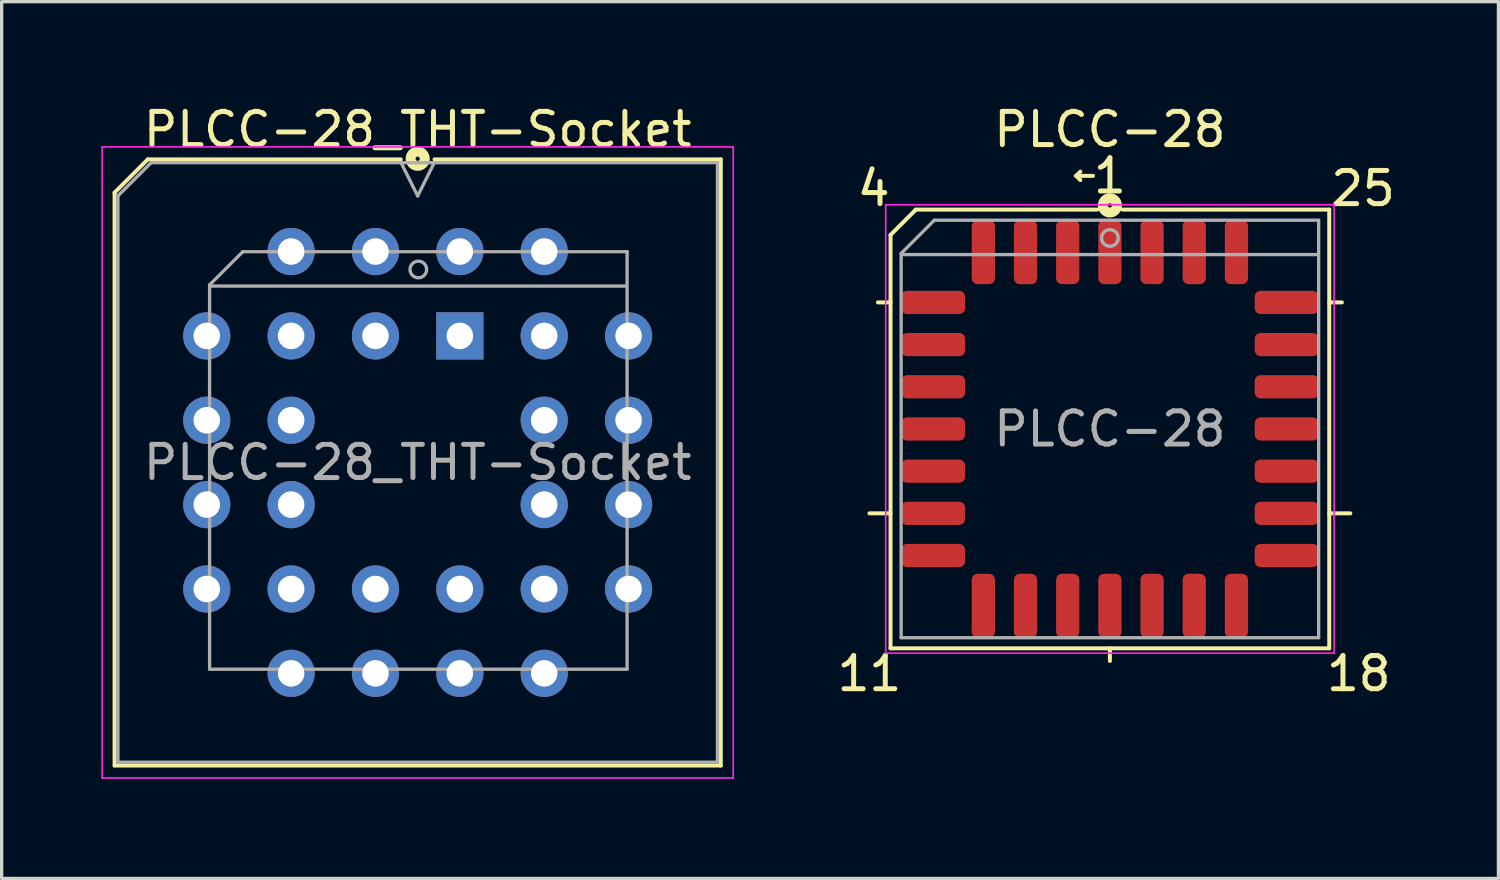
<source format=kicad_pcb>
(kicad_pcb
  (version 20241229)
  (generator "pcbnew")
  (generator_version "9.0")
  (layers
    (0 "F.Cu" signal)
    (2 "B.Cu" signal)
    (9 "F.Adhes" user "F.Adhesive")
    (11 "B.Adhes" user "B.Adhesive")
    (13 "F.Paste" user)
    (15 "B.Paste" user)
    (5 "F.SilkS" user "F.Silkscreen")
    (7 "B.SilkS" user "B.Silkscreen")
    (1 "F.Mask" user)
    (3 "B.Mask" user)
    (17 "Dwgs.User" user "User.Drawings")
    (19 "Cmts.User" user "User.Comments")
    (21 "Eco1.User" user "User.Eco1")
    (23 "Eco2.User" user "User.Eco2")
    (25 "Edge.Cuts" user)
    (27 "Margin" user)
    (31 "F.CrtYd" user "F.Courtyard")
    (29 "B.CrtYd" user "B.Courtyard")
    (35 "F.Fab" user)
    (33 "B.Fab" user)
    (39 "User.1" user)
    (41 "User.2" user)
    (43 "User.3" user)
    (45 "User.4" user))
  (footprint "PLCC-28_THT-Socket"
    (layer "F.Cu")
    (at 10.795 7.063)
    (property "Reference" "PLCC-28_THT-Socket" (at -1.27 -6.215 0) (layer "F.SilkS") (effects (font (size 1 1) (thickness 0.15))))
    (attr through_hole)
    (fp_line (start -10.395 -4.315) (end -10.395 12.935) (stroke (width 0.12) (type solid)) (layer "F.SilkS"))
    (fp_line (start -10.395 12.935) (end 7.855 12.935) (stroke (width 0.12) (type solid)) (layer "F.SilkS"))
    (fp_line (start -9.395 -5.315) (end -10.395 -4.315) (stroke (width 0.12) (type solid)) (layer "F.SilkS"))
    (fp_line (start -1.778 -5.315) (end -9.395 -5.315) (stroke (width 0.12) (type solid)) (layer "F.SilkS"))
    (fp_line (start 7.855 -5.315) (end -0.762 -5.315) (stroke (width 0.12) (type solid)) (layer "F.SilkS"))
    (fp_line (start 7.855 12.935) (end 7.855 -5.315) (stroke (width 0.12) (type solid)) (layer "F.SilkS"))
    (fp_circle (center -1.27 -5.334) (end -1.206 -5.334) (stroke (width 0.3) (type solid)) (fill no) (layer "F.SilkS"))
    (fp_line (start -10.77 -5.69) (end -10.77 13.31) (stroke (width 0.05) (type solid)) (layer "F.CrtYd"))
    (fp_line (start -10.77 13.31) (end 8.23 13.31) (stroke (width 0.05) (type solid)) (layer "F.CrtYd"))
    (fp_line (start 8.23 -5.69) (end -10.77 -5.69) (stroke (width 0.05) (type solid)) (layer "F.CrtYd"))
    (fp_line (start 8.23 13.31) (end 8.23 -5.69) (stroke (width 0.05) (type solid)) (layer "F.CrtYd"))
    (fp_line (start -10.295 -4.215) (end -10.295 12.835) (stroke (width 0.1) (type solid)) (layer "F.Fab"))
    (fp_line (start -10.295 12.835) (end 7.755 12.835) (stroke (width 0.1) (type solid)) (layer "F.Fab"))
    (fp_line (start -9.295 -5.215) (end -10.295 -4.215) (stroke (width 0.1) (type solid)) (layer "F.Fab"))
    (fp_line (start -7.535 -1.535) (end -7.535 10.035) (stroke (width 0.1) (type solid)) (layer "F.Fab"))
    (fp_line (start -7.535 10.035) (end 5.035 10.035) (stroke (width 0.1) (type solid)) (layer "F.Fab"))
    (fp_line (start -6.535 -2.535) (end -7.535 -1.535) (stroke (width 0.1) (type solid)) (layer "F.Fab"))
    (fp_line (start -1.77 -5.215) (end -1.27 -4.215) (stroke (width 0.1) (type solid)) (layer "F.Fab"))
    (fp_line (start -1.27 -4.215) (end -0.77 -5.215) (stroke (width 0.1) (type solid)) (layer "F.Fab"))
    (fp_line (start 5 -1.5) (end -7.5 -1.5) (stroke (width 0.1) (type solid)) (layer "F.Fab"))
    (fp_line (start 5.035 -2.535) (end -6.535 -2.535) (stroke (width 0.1) (type solid)) (layer "F.Fab"))
    (fp_line (start 5.035 10.035) (end 5.035 -2.535) (stroke (width 0.1) (type solid)) (layer "F.Fab"))
    (fp_line (start 7.755 -5.215) (end -9.295 -5.215) (stroke (width 0.1) (type solid)) (layer "F.Fab"))
    (fp_line (start 7.755 12.835) (end 7.755 -5.215) (stroke (width 0.1) (type solid)) (layer "F.Fab"))
    (fp_circle (center -1.25 -2) (end -1 -2) (stroke (width 0.1) (type solid)) (fill no) (layer "F.Fab"))
    (fp_text user "${REFERENCE}" (at -1.27 3.81 0) (layer "F.Fab") (effects (font (size 1 1) (thickness 0.15))))
    (pad "1" thru_hole rect (at 0 0) (size 1.422 1.422) (drill 0.8) (layers "*.Cu" "*.Mask"))
    (pad "2" thru_hole circle (at -2.54 -2.54) (size 1.422 1.422) (drill 0.8) (layers "*.Cu" "*.Mask"))
    (pad "3" thru_hole circle (at -2.54 0) (size 1.422 1.422) (drill 0.8) (layers "*.Cu" "*.Mask"))
    (pad "4" thru_hole circle (at -5.08 -2.54) (size 1.422 1.422) (drill 0.8) (layers "*.Cu" "*.Mask"))
    (pad "5" thru_hole circle (at -7.62 0) (size 1.422 1.422) (drill 0.8) (layers "*.Cu" "*.Mask"))
    (pad "6" thru_hole circle (at -5.08 0) (size 1.422 1.422) (drill 0.8) (layers "*.Cu" "*.Mask"))
    (pad "7" thru_hole circle (at -7.62 2.54) (size 1.422 1.422) (drill 0.8) (layers "*.Cu" "*.Mask"))
    (pad "8" thru_hole circle (at -5.08 2.54) (size 1.422 1.422) (drill 0.8) (layers "*.Cu" "*.Mask"))
    (pad "9" thru_hole circle (at -7.62 5.08) (size 1.422 1.422) (drill 0.8) (layers "*.Cu" "*.Mask"))
    (pad "10" thru_hole circle (at -5.08 5.08) (size 1.422 1.422) (drill 0.8) (layers "*.Cu" "*.Mask"))
    (pad "11" thru_hole circle (at -7.62 7.62) (size 1.422 1.422) (drill 0.8) (layers "*.Cu" "*.Mask"))
    (pad "12" thru_hole circle (at -5.08 10.16) (size 1.422 1.422) (drill 0.8) (layers "*.Cu" "*.Mask"))
    (pad "13" thru_hole circle (at -5.08 7.62) (size 1.422 1.422) (drill 0.8) (layers "*.Cu" "*.Mask"))
    (pad "14" thru_hole circle (at -2.54 10.16) (size 1.422 1.422) (drill 0.8) (layers "*.Cu" "*.Mask"))
    (pad "15" thru_hole circle (at -2.54 7.62) (size 1.422 1.422) (drill 0.8) (layers "*.Cu" "*.Mask"))
    (pad "16" thru_hole circle (at 0 10.16) (size 1.422 1.422) (drill 0.8) (layers "*.Cu" "*.Mask"))
    (pad "17" thru_hole circle (at 0 7.62) (size 1.422 1.422) (drill 0.8) (layers "*.Cu" "*.Mask"))
    (pad "18" thru_hole circle (at 2.54 10.16) (size 1.422 1.422) (drill 0.8) (layers "*.Cu" "*.Mask"))
    (pad "19" thru_hole circle (at 5.08 7.62) (size 1.422 1.422) (drill 0.8) (layers "*.Cu" "*.Mask"))
    (pad "20" thru_hole circle (at 2.54 7.62) (size 1.422 1.422) (drill 0.8) (layers "*.Cu" "*.Mask"))
    (pad "21" thru_hole circle (at 5.08 5.08) (size 1.422 1.422) (drill 0.8) (layers "*.Cu" "*.Mask"))
    (pad "22" thru_hole circle (at 2.54 5.08) (size 1.422 1.422) (drill 0.8) (layers "*.Cu" "*.Mask"))
    (pad "23" thru_hole circle (at 5.08 2.54) (size 1.422 1.422) (drill 0.8) (layers "*.Cu" "*.Mask"))
    (pad "24" thru_hole circle (at 2.54 2.54) (size 1.422 1.422) (drill 0.8) (layers "*.Cu" "*.Mask"))
    (pad "25" thru_hole circle (at 5.08 0) (size 1.422 1.422) (drill 0.8) (layers "*.Cu" "*.Mask"))
    (pad "26" thru_hole circle (at 2.54 -2.54) (size 1.422 1.422) (drill 0.8) (layers "*.Cu" "*.Mask"))
    (pad "27" thru_hole circle (at 2.54 0) (size 1.422 1.422) (drill 0.8) (layers "*.Cu" "*.Mask"))
    (pad "28" thru_hole circle (at 0 -2.54) (size 1.422 1.422) (drill 0.8) (layers "*.Cu" "*.Mask")))
  (footprint "PLCC-28"
    (layer "F.Cu")
    (at 30.366 9.865)
    (property "Reference" "PLCC-28" (at 0 -9.017 0) (layer "F.SilkS") (effects (font (size 1 1) (thickness 0.15))))
    (attr smd)
    (fp_line (start -6.604 -5.842) (end -6.604 6.604) (stroke (width 0.12) (type solid)) (layer "F.SilkS"))
    (fp_line (start -6.604 -3.81) (end -6.985 -3.81) (stroke (width 0.12) (type solid)) (layer "F.SilkS"))
    (fp_line (start -6.604 2.54) (end -7.239 2.54) (stroke (width 0.12) (type solid)) (layer "F.SilkS"))
    (fp_line (start -6.604 6.604) (end 6.604 6.604) (stroke (width 0.12) (type solid)) (layer "F.SilkS"))
    (fp_line (start -5.842 -6.604) (end -6.604 -5.842) (stroke (width 0.12) (type solid)) (layer "F.SilkS"))
    (fp_line (start -1.016 -7.62) (end -0.889 -7.747) (stroke (width 0.12) (type solid)) (layer "F.SilkS"))
    (fp_line (start -1.016 -7.62) (end -0.889 -7.493) (stroke (width 0.12) (type solid)) (layer "F.SilkS"))
    (fp_line (start -0.508 -7.62) (end -1.016 -7.62) (stroke (width 0.12) (type solid)) (layer "F.SilkS"))
    (fp_line (start -0.381 -6.604) (end -5.842 -6.604) (stroke (width 0.12) (type solid)) (layer "F.SilkS"))
    (fp_line (start 0 6.604) (end 0 6.985) (stroke (width 0.12) (type solid)) (layer "F.SilkS"))
    (fp_line (start 6.604 -6.604) (end 0.381 -6.604) (stroke (width 0.12) (type solid)) (layer "F.SilkS"))
    (fp_line (start 6.604 -3.81) (end 6.985 -3.81) (stroke (width 0.12) (type solid)) (layer "F.SilkS"))
    (fp_line (start 6.604 2.54) (end 7.239 2.54) (stroke (width 0.12) (type solid)) (layer "F.SilkS"))
    (fp_line (start 6.604 6.604) (end 6.604 -6.604) (stroke (width 0.12) (type solid)) (layer "F.SilkS"))
    (fp_circle (center 0 -6.731) (end 0.064 -6.731) (stroke (width 0.3) (type solid)) (fill no) (layer "F.SilkS"))
    (fp_line (start -6.75 -6.75) (end -6.75 6.75) (stroke (width 0.05) (type solid)) (layer "F.CrtYd"))
    (fp_line (start -6.75 6.75) (end 6.75 6.75) (stroke (width 0.05) (type solid)) (layer "F.CrtYd"))
    (fp_line (start 6.75 -6.75) (end -6.75 -6.75) (stroke (width 0.05) (type solid)) (layer "F.CrtYd"))
    (fp_line (start 6.75 6.75) (end 6.75 -6.75) (stroke (width 0.05) (type solid)) (layer "F.CrtYd"))
    (fp_line (start -6.285 -5.285) (end -6.285 6.285) (stroke (width 0.1) (type solid)) (layer "F.Fab"))
    (fp_line (start -6.285 6.285) (end 6.285 6.285) (stroke (width 0.1) (type solid)) (layer "F.Fab"))
    (fp_line (start -5.285 -6.285) (end -6.285 -5.285) (stroke (width 0.1) (type solid)) (layer "F.Fab"))
    (fp_line (start 6.25 -5.25) (end -6.25 -5.25) (stroke (width 0.1) (type solid)) (layer "F.Fab"))
    (fp_line (start 6.285 -6.285) (end -5.285 -6.285) (stroke (width 0.1) (type solid)) (layer "F.Fab"))
    (fp_line (start 6.285 6.285) (end 6.285 -6.285) (stroke (width 0.1) (type solid)) (layer "F.Fab"))
    (fp_circle (center 0 -5.75) (end 0.25 -5.75) (stroke (width 0.1) (type solid)) (fill no) (layer "F.Fab"))
    (fp_text user "18" (at 7.493 7.366 0) (unlocked yes) (layer "F.SilkS") (effects (font (size 1 1) (thickness 0.15))))
    (fp_text user "11" (at -7.239 7.366 0) (unlocked yes) (layer "F.SilkS") (effects (font (size 1 1) (thickness 0.15))))
    (fp_text user "25" (at 7.62 -7.239 0) (unlocked yes) (layer "F.SilkS") (effects (font (size 1 1) (thickness 0.15))))
    (fp_text user "1" (at 0 -7.62 0) (unlocked yes) (layer "F.SilkS") (effects (font (size 1 1) (thickness 0.15))))
    (fp_text user "4" (at -7.112 -7.239 0) (unlocked yes) (layer "F.SilkS") (effects (font (size 1 1) (thickness 0.15))))
    (fp_text user "${REFERENCE}" (at 0 0 0) (layer "F.Fab") (effects (font (size 1 1) (thickness 0.15))))
    (pad "1" smd roundrect (at 0 -5.322) (size 0.7 1.925) (layers "F.Cu" "F.Mask" "F.Paste") (roundrect_rratio 0.25))
    (pad "2" smd roundrect (at -1.27 -5.322) (size 0.7 1.925) (layers "F.Cu" "F.Mask" "F.Paste") (roundrect_rratio 0.25))
    (pad "3" smd roundrect (at -2.54 -5.322) (size 0.7 1.925) (layers "F.Cu" "F.Mask" "F.Paste") (roundrect_rratio 0.25))
    (pad "4" smd roundrect (at -3.81 -5.322) (size 0.7 1.925) (layers "F.Cu" "F.Mask" "F.Paste") (roundrect_rratio 0.25))
    (pad "5" smd roundrect (at -5.322 -3.81) (size 1.925 0.7) (layers "F.Cu" "F.Mask" "F.Paste") (roundrect_rratio 0.25))
    (pad "6" smd roundrect (at -5.322 -2.54) (size 1.925 0.7) (layers "F.Cu" "F.Mask" "F.Paste") (roundrect_rratio 0.25))
    (pad "7" smd roundrect (at -5.322 -1.27) (size 1.925 0.7) (layers "F.Cu" "F.Mask" "F.Paste") (roundrect_rratio 0.25))
    (pad "8" smd roundrect (at -5.322 0) (size 1.925 0.7) (layers "F.Cu" "F.Mask" "F.Paste") (roundrect_rratio 0.25))
    (pad "9" smd roundrect (at -5.322 1.27) (size 1.925 0.7) (layers "F.Cu" "F.Mask" "F.Paste") (roundrect_rratio 0.25))
    (pad "10" smd roundrect (at -5.322 2.54) (size 1.925 0.7) (layers "F.Cu" "F.Mask" "F.Paste") (roundrect_rratio 0.25))
    (pad "11" smd roundrect (at -5.322 3.81) (size 1.925 0.7) (layers "F.Cu" "F.Mask" "F.Paste") (roundrect_rratio 0.25))
    (pad "12" smd roundrect (at -3.81 5.322) (size 0.7 1.925) (layers "F.Cu" "F.Mask" "F.Paste") (roundrect_rratio 0.25))
    (pad "13" smd roundrect (at -2.54 5.322) (size 0.7 1.925) (layers "F.Cu" "F.Mask" "F.Paste") (roundrect_rratio 0.25))
    (pad "14" smd roundrect (at -1.27 5.322) (size 0.7 1.925) (layers "F.Cu" "F.Mask" "F.Paste") (roundrect_rratio 0.25))
    (pad "15" smd roundrect (at 0 5.322) (size 0.7 1.925) (layers "F.Cu" "F.Mask" "F.Paste") (roundrect_rratio 0.25))
    (pad "16" smd roundrect (at 1.27 5.322) (size 0.7 1.925) (layers "F.Cu" "F.Mask" "F.Paste") (roundrect_rratio 0.25))
    (pad "17" smd roundrect (at 2.54 5.322) (size 0.7 1.925) (layers "F.Cu" "F.Mask" "F.Paste") (roundrect_rratio 0.25))
    (pad "18" smd roundrect (at 3.81 5.322) (size 0.7 1.925) (layers "F.Cu" "F.Mask" "F.Paste") (roundrect_rratio 0.25))
    (pad "19" smd roundrect (at 5.322 3.81) (size 1.925 0.7) (layers "F.Cu" "F.Mask" "F.Paste") (roundrect_rratio 0.25))
    (pad "20" smd roundrect (at 5.322 2.54) (size 1.925 0.7) (layers "F.Cu" "F.Mask" "F.Paste") (roundrect_rratio 0.25))
    (pad "21" smd roundrect (at 5.322 1.27) (size 1.925 0.7) (layers "F.Cu" "F.Mask" "F.Paste") (roundrect_rratio 0.25))
    (pad "22" smd roundrect (at 5.322 0) (size 1.925 0.7) (layers "F.Cu" "F.Mask" "F.Paste") (roundrect_rratio 0.25))
    (pad "23" smd roundrect (at 5.322 -1.27) (size 1.925 0.7) (layers "F.Cu" "F.Mask" "F.Paste") (roundrect_rratio 0.25))
    (pad "24" smd roundrect (at 5.322 -2.54) (size 1.925 0.7) (layers "F.Cu" "F.Mask" "F.Paste") (roundrect_rratio 0.25))
    (pad "25" smd roundrect (at 5.322 -3.81) (size 1.925 0.7) (layers "F.Cu" "F.Mask" "F.Paste") (roundrect_rratio 0.25))
    (pad "26" smd roundrect (at 3.81 -5.322) (size 0.7 1.925) (layers "F.Cu" "F.Mask" "F.Paste") (roundrect_rratio 0.25))
    (pad "27" smd roundrect (at 2.54 -5.322) (size 0.7 1.925) (layers "F.Cu" "F.Mask" "F.Paste") (roundrect_rratio 0.25))
    (pad "28" smd roundrect (at 1.27 -5.322) (size 0.7 1.925) (layers "F.Cu" "F.Mask" "F.Paste") (roundrect_rratio 0.25)))
  (gr_rect
    (start -3 -3)
    (end 42.064 23.398)
    (stroke (width 0.1) (type default))
    (fill no)
    (layer "Edge.Cuts")))
</source>
